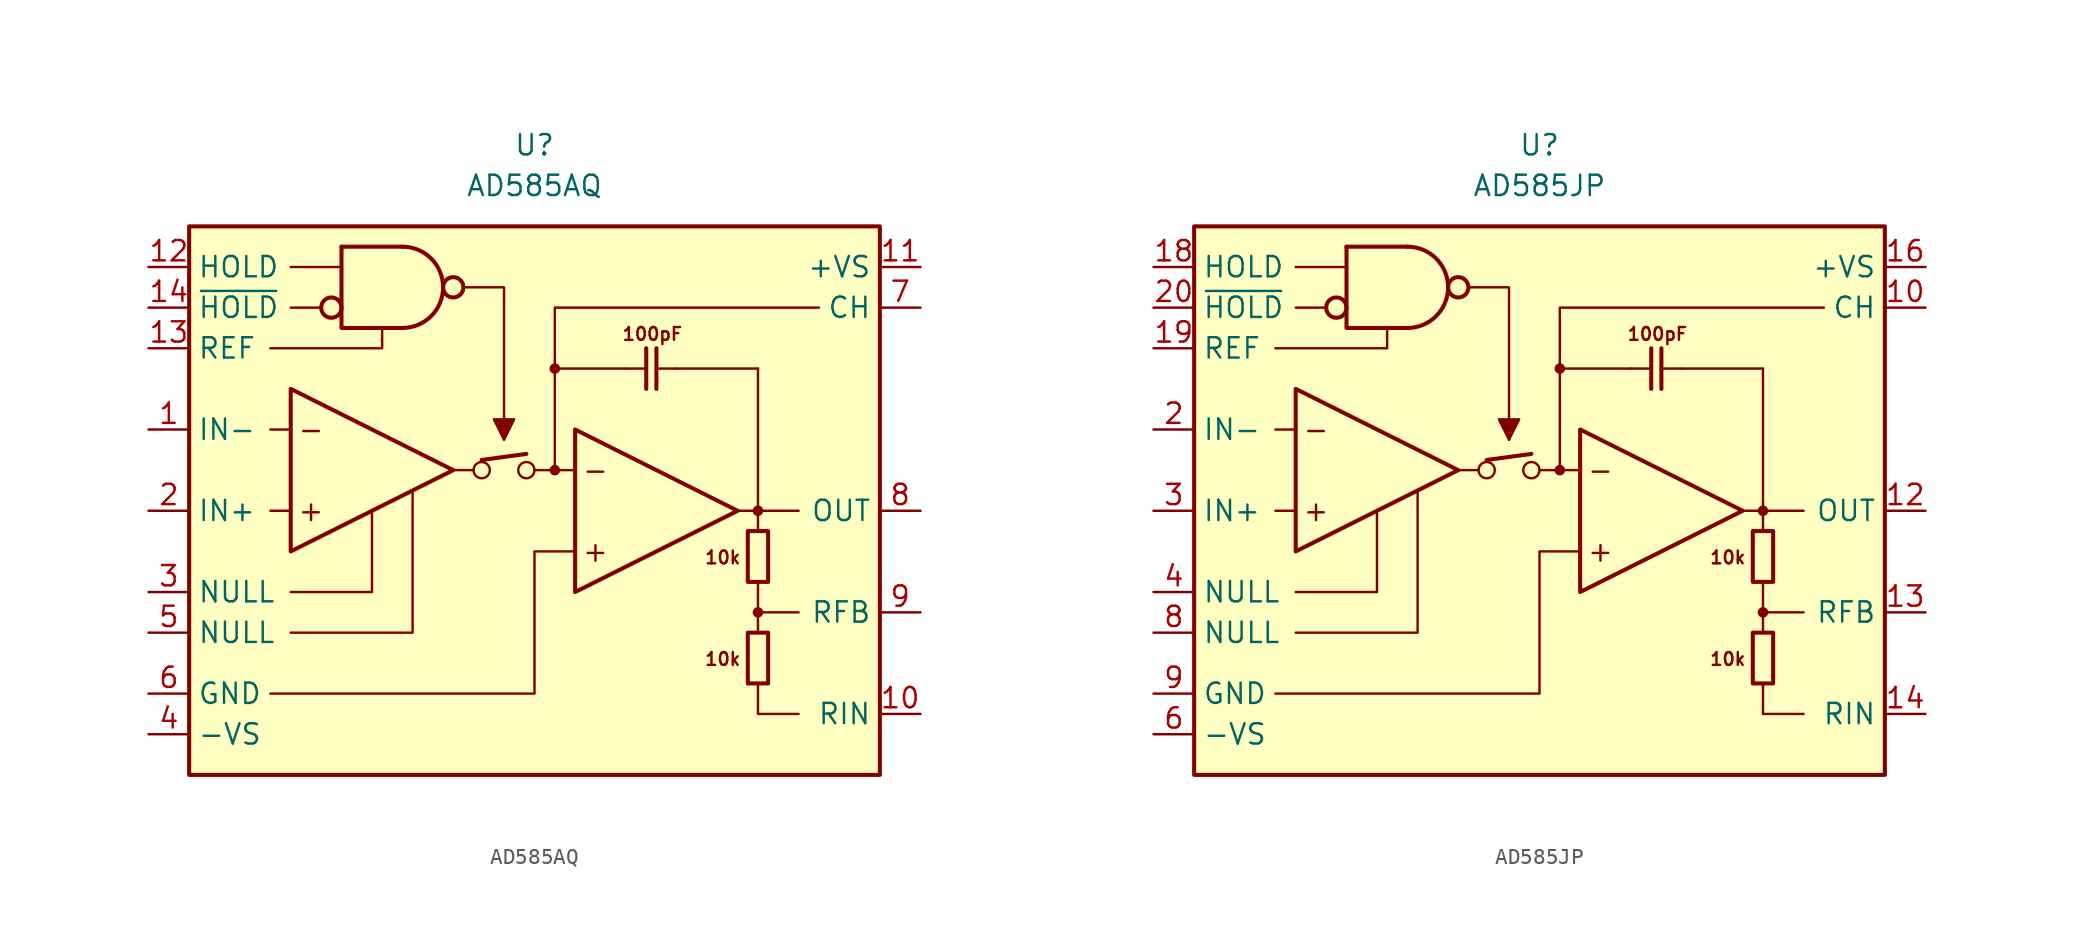
<source format=kicad_sym>
(kicad_symbol_lib
  (version 20211014)
  (generator kicad_symbol_editor)
  (symbol "AD585AQ"
    (property "Reference" "U"
      (at 0 22.86 0)
      (effects (font (size 1.27 1.27))))
    (property "Value" "AD585AQ"
      (at 0 20.32 0)
      (effects (font (size 1.27 1.27))))
    (symbol "AD585AQ_0_0"
      (rectangle (start -21.59 17.78) (end 21.59 -16.51) (stroke (width 0.254) (type default) (color 0 0 0 0)) (fill (type background)))
      (circle (center -3.302 2.54) (radius 0.508) (stroke (width 0) (type default) (color 0 0 0 0)) (fill (type none)))
      (circle (center -0.508 2.54) (radius 0.508) (stroke (width 0) (type default) (color 0 0 0 0)) (fill (type none)))
      (polyline (pts (xy -15.24 0) (xy -16.51 0)) (stroke (width 0.152) (type default) (color 0 0 0 0)) (fill (type none)))
      (polyline (pts (xy -15.24 5.08) (xy -16.51 5.08)) (stroke (width 0.152) (type default) (color 0 0 0 0)) (fill (type none)))
      (polyline (pts (xy -13.335 12.7) (xy -15.24 12.7)) (stroke (width 0.152) (type default) (color 0 0 0 0)) (fill (type none)))
      (polyline (pts (xy -12.065 15.24) (xy -15.24 15.24)) (stroke (width 0.152) (type default) (color 0 0 0 0)) (fill (type none)))
      (polyline (pts (xy -3.81 2.54) (xy -5.08 2.54)) (stroke (width 0.152) (type default) (color 0 0 0 0)) (fill (type none)))
      (polyline (pts (xy -3.302 3.175) (xy -0.508 3.556)) (stroke (width 0.254) (type default) (color 0 0 0 0)) (fill (type none)))
      (polyline (pts (xy -1.905 5.08) (xy -1.905 4.445)) (stroke (width 0.152) (type default) (color 0 0 0 0)) (fill (type none)))
      (polyline (pts (xy 1.27 2.54) (xy 1.27 8.89)) (stroke (width 0.152) (type default) (color 0 0 0 0)) (fill (type none)))
      (polyline (pts (xy 1.27 8.89) (xy 5.715 8.89)) (stroke (width 0.152) (type default) (color 0 0 0 0)) (fill (type none)))
      (polyline (pts (xy 2.54 2.54) (xy 0 2.54)) (stroke (width 0.152) (type default) (color 0 0 0 0)) (fill (type none)))
      (polyline (pts (xy 8.89 8.89) (xy 13.97 8.89)) (stroke (width 0.152) (type default) (color 0 0 0 0)) (fill (type none)))
      (polyline (pts (xy 12.7 0) (xy 13.97 0)) (stroke (width 0.152) (type default) (color 0 0 0 0)) (fill (type none)))
      (polyline (pts (xy 13.97 -7.62) (xy 13.97 -4.445)) (stroke (width 0.152) (type default) (color 0 0 0 0)) (fill (type none)))
      (polyline (pts (xy 13.97 -6.35) (xy 16.51 -6.35)) (stroke (width 0.152) (type default) (color 0 0 0 0)) (fill (type none)))
      (polyline (pts (xy 13.97 -1.27) (xy 13.97 0)) (stroke (width 0.152) (type default) (color 0 0 0 0)) (fill (type none)))
      (polyline (pts (xy 13.97 0) (xy 16.51 0)) (stroke (width 0.152) (type default) (color 0 0 0 0)) (fill (type none)))
      (polyline (pts (xy 13.97 8.89) (xy 13.97 0)) (stroke (width 0.152) (type default) (color 0 0 0 0)) (fill (type none)))
      (polyline (pts (xy -15.24 -5.08) (xy -10.16 -5.08) (xy -10.16 0)) (stroke (width 0.152) (type default) (color 0 0 0 0)) (fill (type none)))
      (polyline (pts (xy -9.525 11.43) (xy -9.525 10.16) (xy -16.51 10.16)) (stroke (width 0.152) (type default) (color 0 0 0 0)) (fill (type none)))
      (polyline (pts (xy -7.62 1.27) (xy -7.62 -7.62) (xy -15.24 -7.62)) (stroke (width 0.152) (type default) (color 0 0 0 0)) (fill (type none)))
      (polyline (pts (xy -4.445 13.97) (xy -1.905 13.97) (xy -1.905 5.08)) (stroke (width 0.152) (type default) (color 0 0 0 0)) (fill (type none)))
      (polyline (pts (xy 1.27 8.89) (xy 1.27 12.7) (xy 17.78 12.7)) (stroke (width 0.152) (type default) (color 0 0 0 0)) (fill (type none)))
      (polyline (pts (xy 13.97 -10.795) (xy 13.97 -12.7) (xy 16.51 -12.7)) (stroke (width 0.152) (type default) (color 0 0 0 0)) (fill (type none)))
      (polyline (pts (xy -16.51 -11.43) (xy 0 -11.43) (xy 0 -2.54) (xy 2.54 -2.54)) (stroke (width 0.152) (type default) (color 0 0 0 0)) (fill (type none)))
      (polyline (pts (xy -1.905 4.445) (xy -2.54 5.715) (xy -1.27 5.715) (xy -1.905 4.445)) (stroke (width 0.152) (type default) (color 0 0 0 0)) (fill (type outline)))
      (circle (center 1.27 2.54) (radius 0.254) (stroke (width 0.152) (type default) (color 0 0 0 0)) (fill (type outline)))
      (circle (center 1.27 8.89) (radius 0.254) (stroke (width 0.152) (type default) (color 0 0 0 0)) (fill (type outline)))
      (circle (center 13.97 -6.35) (radius 0.254) (stroke (width 0.152) (type default) (color 0 0 0 0)) (fill (type outline)))
      (circle (center 13.97 0) (radius 0.254) (stroke (width 0.152) (type default) (color 0 0 0 0)) (fill (type outline)))
      (text "+" (at -13.97 0 0) (effects (font (size 1.27 1.27))))
      (text "+" (at 3.81 -2.54 0) (effects (font (size 1.27 1.27))))
      (text "-" (at -13.97 5.08 0) (effects (font (size 1.27 1.27))))
      (text "-" (at 3.81 2.54 0) (effects (font (size 1.27 1.27))))
      (text "100pF" (at 7.366 11.049 0) (effects (font (size 0.8 0.8))))
      (text "10k" (at 12.954 -9.271 0) (effects (font (size 0.8 0.8)) (justify right)))
      (text "10k" (at 12.954 -2.921 0) (effects (font (size 0.8 0.8)) (justify right))))
    (symbol "AD585AQ_0_1"
      (circle (center -12.7 12.7) (radius 0.635) (stroke (width 0.254) (type default) (color 0 0 0 0)) (fill (type none)))
      (arc (start -8.255 11.43) (mid -5.715 13.97) (end -8.255 16.51) (stroke (width 0.254) (type default) (color 0 0 0 0)) (fill (type none)))
      (circle (center -5.08 13.97) (radius 0.635) (stroke (width 0.254) (type default) (color 0 0 0 0)) (fill (type none)))
      (polyline (pts (xy -12.065 16.51) (xy -8.255 16.51)) (stroke (width 0.254) (type default) (color 0 0 0 0)) (fill (type none)))
      (polyline (pts (xy 5.715 8.89) (xy 6.985 8.89)) (stroke (width 0.152) (type default) (color 0 0 0 0)) (fill (type none)))
      (polyline (pts (xy 6.985 7.62) (xy 6.985 10.16)) (stroke (width 0.254) (type default) (color 0 0 0 0)) (fill (type none)))
      (polyline (pts (xy 7.62 10.16) (xy 7.62 7.62)) (stroke (width 0.254) (type default) (color 0 0 0 0)) (fill (type none)))
      (polyline (pts (xy 8.89 8.89) (xy 7.62 8.89)) (stroke (width 0.152) (type default) (color 0 0 0 0)) (fill (type none)))
      (polyline (pts (xy -12.065 16.51) (xy -12.065 11.43) (xy -8.255 11.43)) (stroke (width 0.254) (type default) (color 0 0 0 0)) (fill (type none)))
      (polyline (pts (xy -15.24 7.62) (xy -15.24 -2.54) (xy -5.08 2.54) (xy -15.24 7.62)) (stroke (width 0.254) (type default) (color 0 0 0 0)) (fill (type none)))
      (polyline (pts (xy 2.54 5.08) (xy 2.54 -5.08) (xy 12.7 0) (xy 2.54 5.08)) (stroke (width 0.254) (type default) (color 0 0 0 0)) (fill (type none)))
      (rectangle (start 13.335 -7.62) (end 14.605 -10.795) (stroke (width 0.254) (type default) (color 0 0 0 0)) (fill (type none)))
      (rectangle (start 13.335 -1.27) (end 14.605 -4.445) (stroke (width 0.254) (type default) (color 0 0 0 0)) (fill (type none))))
    (symbol "AD585AQ_1_1"
      (pin input line (at -24.13 5.08 0) (length 2.54) (name "IN-" (effects (font (size 1.27 1.27)))) (number "1" (effects (font (size 1.27 1.27)))))
      (pin passive line (at 24.13 -12.7 180) (length 2.54) (name "RIN" (effects (font (size 1.27 1.27)))) (number "10" (effects (font (size 1.27 1.27)))))
      (pin power_in line (at 24.13 15.24 180) (length 2.54) (name "+VS" (effects (font (size 1.27 1.27)))) (number "11" (effects (font (size 1.27 1.27)))))
      (pin input line (at -24.13 15.24 0) (length 2.54) (name "HOLD" (effects (font (size 1.27 1.27)))) (number "12" (effects (font (size 1.27 1.27)))))
      (pin input line (at -24.13 10.16 0) (length 2.54) (name "REF" (effects (font (size 1.27 1.27)))) (number "13" (effects (font (size 1.27 1.27)))))
      (pin input line (at -24.13 12.7 0) (length 2.54) (name "~{HOLD}" (effects (font (size 1.27 1.27)))) (number "14" (effects (font (size 1.27 1.27)))))
      (pin input line (at -24.13 0 0) (length 2.54) (name "IN+" (effects (font (size 1.27 1.27)))) (number "2" (effects (font (size 1.27 1.27)))))
      (pin passive line (at -24.13 -5.08 0) (length 2.54) (name "NULL" (effects (font (size 1.27 1.27)))) (number "3" (effects (font (size 1.27 1.27)))))
      (pin power_in line (at -24.13 -13.97 0) (length 2.54) (name "-VS" (effects (font (size 1.27 1.27)))) (number "4" (effects (font (size 1.27 1.27)))))
      (pin passive line (at -24.13 -7.62 0) (length 2.54) (name "NULL" (effects (font (size 1.27 1.27)))) (number "5" (effects (font (size 1.27 1.27)))))
      (pin power_in line (at -24.13 -11.43 0) (length 2.54) (name "GND" (effects (font (size 1.27 1.27)))) (number "6" (effects (font (size 1.27 1.27)))))
      (pin passive line (at 24.13 12.7 180) (length 2.54) (name "CH" (effects (font (size 1.27 1.27)))) (number "7" (effects (font (size 1.27 1.27)))))
      (pin output line (at 24.13 0 180) (length 2.54) (name "OUT" (effects (font (size 1.27 1.27)))) (number "8" (effects (font (size 1.27 1.27)))))
      (pin passive line (at 24.13 -6.35 180) (length 2.54) (name "RFB" (effects (font (size 1.27 1.27)))) (number "9" (effects (font (size 1.27 1.27)))))))
  (symbol "AD585JP"
    (property "Reference" "U"
      (at 0 22.86 0)
      (effects (font (size 1.27 1.27))))
    (property "Value" "AD585JP"
      (at 0 20.32 0)
      (effects (font (size 1.27 1.27))))
    (symbol "AD585JP_0_0"
      (rectangle (start -21.59 17.78) (end 21.59 -16.51) (stroke (width 0.254) (type default) (color 0 0 0 0)) (fill (type background)))
      (circle (center -3.302 2.54) (radius 0.508) (stroke (width 0) (type default) (color 0 0 0 0)) (fill (type none)))
      (circle (center -0.508 2.54) (radius 0.508) (stroke (width 0) (type default) (color 0 0 0 0)) (fill (type none)))
      (polyline (pts (xy -15.24 0) (xy -16.51 0)) (stroke (width 0.152) (type default) (color 0 0 0 0)) (fill (type none)))
      (polyline (pts (xy -15.24 5.08) (xy -16.51 5.08)) (stroke (width 0.152) (type default) (color 0 0 0 0)) (fill (type none)))
      (polyline (pts (xy -13.335 12.7) (xy -15.24 12.7)) (stroke (width 0.152) (type default) (color 0 0 0 0)) (fill (type none)))
      (polyline (pts (xy -12.065 15.24) (xy -15.24 15.24)) (stroke (width 0.152) (type default) (color 0 0 0 0)) (fill (type none)))
      (polyline (pts (xy -3.81 2.54) (xy -5.08 2.54)) (stroke (width 0.152) (type default) (color 0 0 0 0)) (fill (type none)))
      (polyline (pts (xy -3.302 3.175) (xy -0.508 3.556)) (stroke (width 0.254) (type default) (color 0 0 0 0)) (fill (type none)))
      (polyline (pts (xy -1.905 5.08) (xy -1.905 4.445)) (stroke (width 0.152) (type default) (color 0 0 0 0)) (fill (type none)))
      (polyline (pts (xy 1.27 2.54) (xy 1.27 8.89)) (stroke (width 0.152) (type default) (color 0 0 0 0)) (fill (type none)))
      (polyline (pts (xy 1.27 8.89) (xy 5.715 8.89)) (stroke (width 0.152) (type default) (color 0 0 0 0)) (fill (type none)))
      (polyline (pts (xy 2.54 2.54) (xy 0 2.54)) (stroke (width 0.152) (type default) (color 0 0 0 0)) (fill (type none)))
      (polyline (pts (xy 8.89 8.89) (xy 13.97 8.89)) (stroke (width 0.152) (type default) (color 0 0 0 0)) (fill (type none)))
      (polyline (pts (xy 12.7 0) (xy 13.97 0)) (stroke (width 0.152) (type default) (color 0 0 0 0)) (fill (type none)))
      (polyline (pts (xy 13.97 -7.62) (xy 13.97 -4.445)) (stroke (width 0.152) (type default) (color 0 0 0 0)) (fill (type none)))
      (polyline (pts (xy 13.97 -6.35) (xy 16.51 -6.35)) (stroke (width 0.152) (type default) (color 0 0 0 0)) (fill (type none)))
      (polyline (pts (xy 13.97 -1.27) (xy 13.97 0)) (stroke (width 0.152) (type default) (color 0 0 0 0)) (fill (type none)))
      (polyline (pts (xy 13.97 0) (xy 16.51 0)) (stroke (width 0.152) (type default) (color 0 0 0 0)) (fill (type none)))
      (polyline (pts (xy 13.97 8.89) (xy 13.97 0)) (stroke (width 0.152) (type default) (color 0 0 0 0)) (fill (type none)))
      (polyline (pts (xy -15.24 -5.08) (xy -10.16 -5.08) (xy -10.16 0)) (stroke (width 0.152) (type default) (color 0 0 0 0)) (fill (type none)))
      (polyline (pts (xy -9.525 11.43) (xy -9.525 10.16) (xy -16.51 10.16)) (stroke (width 0.152) (type default) (color 0 0 0 0)) (fill (type none)))
      (polyline (pts (xy -7.62 1.27) (xy -7.62 -7.62) (xy -15.24 -7.62)) (stroke (width 0.152) (type default) (color 0 0 0 0)) (fill (type none)))
      (polyline (pts (xy -4.445 13.97) (xy -1.905 13.97) (xy -1.905 5.08)) (stroke (width 0.152) (type default) (color 0 0 0 0)) (fill (type none)))
      (polyline (pts (xy 1.27 8.89) (xy 1.27 12.7) (xy 17.78 12.7)) (stroke (width 0.152) (type default) (color 0 0 0 0)) (fill (type none)))
      (polyline (pts (xy 13.97 -10.795) (xy 13.97 -12.7) (xy 16.51 -12.7)) (stroke (width 0.152) (type default) (color 0 0 0 0)) (fill (type none)))
      (polyline (pts (xy -16.51 -11.43) (xy 0 -11.43) (xy 0 -2.54) (xy 2.54 -2.54)) (stroke (width 0.152) (type default) (color 0 0 0 0)) (fill (type none)))
      (polyline (pts (xy -1.905 4.445) (xy -2.54 5.715) (xy -1.27 5.715) (xy -1.905 4.445)) (stroke (width 0.152) (type default) (color 0 0 0 0)) (fill (type outline)))
      (circle (center 1.27 2.54) (radius 0.254) (stroke (width 0.152) (type default) (color 0 0 0 0)) (fill (type outline)))
      (circle (center 1.27 8.89) (radius 0.254) (stroke (width 0.152) (type default) (color 0 0 0 0)) (fill (type outline)))
      (circle (center 13.97 -6.35) (radius 0.254) (stroke (width 0.152) (type default) (color 0 0 0 0)) (fill (type outline)))
      (circle (center 13.97 0) (radius 0.254) (stroke (width 0.152) (type default) (color 0 0 0 0)) (fill (type outline)))
      (text "+" (at -13.97 0 0) (effects (font (size 1.27 1.27))))
      (text "+" (at 3.81 -2.54 0) (effects (font (size 1.27 1.27))))
      (text "-" (at -13.97 5.08 0) (effects (font (size 1.27 1.27))))
      (text "-" (at 3.81 2.54 0) (effects (font (size 1.27 1.27))))
      (text "100pF" (at 7.366 11.049 0) (effects (font (size 0.8 0.8))))
      (text "10k" (at 12.954 -9.271 0) (effects (font (size 0.8 0.8)) (justify right)))
      (text "10k" (at 12.954 -2.921 0) (effects (font (size 0.8 0.8)) (justify right))))
    (symbol "AD585JP_0_1"
      (circle (center -12.7 12.7) (radius 0.635) (stroke (width 0.254) (type default) (color 0 0 0 0)) (fill (type none)))
      (arc (start -8.255 11.43) (mid -5.715 13.97) (end -8.255 16.51) (stroke (width 0.254) (type default) (color 0 0 0 0)) (fill (type none)))
      (circle (center -5.08 13.97) (radius 0.635) (stroke (width 0.254) (type default) (color 0 0 0 0)) (fill (type none)))
      (polyline (pts (xy -12.065 16.51) (xy -8.255 16.51)) (stroke (width 0.254) (type default) (color 0 0 0 0)) (fill (type none)))
      (polyline (pts (xy 5.715 8.89) (xy 6.985 8.89)) (stroke (width 0.152) (type default) (color 0 0 0 0)) (fill (type none)))
      (polyline (pts (xy 6.985 7.62) (xy 6.985 10.16)) (stroke (width 0.254) (type default) (color 0 0 0 0)) (fill (type none)))
      (polyline (pts (xy 7.62 10.16) (xy 7.62 7.62)) (stroke (width 0.254) (type default) (color 0 0 0 0)) (fill (type none)))
      (polyline (pts (xy 8.89 8.89) (xy 7.62 8.89)) (stroke (width 0.152) (type default) (color 0 0 0 0)) (fill (type none)))
      (polyline (pts (xy -12.065 16.51) (xy -12.065 11.43) (xy -8.255 11.43)) (stroke (width 0.254) (type default) (color 0 0 0 0)) (fill (type none)))
      (polyline (pts (xy -15.24 7.62) (xy -15.24 -2.54) (xy -5.08 2.54) (xy -15.24 7.62)) (stroke (width 0.254) (type default) (color 0 0 0 0)) (fill (type none)))
      (polyline (pts (xy 2.54 5.08) (xy 2.54 -5.08) (xy 12.7 0) (xy 2.54 5.08)) (stroke (width 0.254) (type default) (color 0 0 0 0)) (fill (type none)))
      (rectangle (start 13.335 -7.62) (end 14.605 -10.795) (stroke (width 0.254) (type default) (color 0 0 0 0)) (fill (type none)))
      (rectangle (start 13.335 -1.27) (end 14.605 -4.445) (stroke (width 0.254) (type default) (color 0 0 0 0)) (fill (type none))))
    (symbol "AD585JP_1_1"
      (pin no_connect line (at -1.27 1.27 0) (length 2.54) hide (name "NC" (effects (font (size 1.27 1.27)))) (number "1" (effects (font (size 1.27 1.27)))))
      (pin passive line (at 24.13 12.7 180) (length 2.54) (name "CH" (effects (font (size 1.27 1.27)))) (number "10" (effects (font (size 1.27 1.27)))))
      (pin no_connect line (at -1.27 -6.35 0) (length 2.54) hide (name "NC" (effects (font (size 1.27 1.27)))) (number "11" (effects (font (size 1.27 1.27)))))
      (pin output line (at 24.13 0 180) (length 2.54) (name "OUT" (effects (font (size 1.27 1.27)))) (number "12" (effects (font (size 1.27 1.27)))))
      (pin passive line (at 24.13 -6.35 180) (length 2.54) (name "RFB" (effects (font (size 1.27 1.27)))) (number "13" (effects (font (size 1.27 1.27)))))
      (pin passive line (at 24.13 -12.7 180) (length 2.54) (name "RIN" (effects (font (size 1.27 1.27)))) (number "14" (effects (font (size 1.27 1.27)))))
      (pin no_connect line (at -1.27 -8.89 0) (length 2.54) hide (name "NC" (effects (font (size 1.27 1.27)))) (number "15" (effects (font (size 1.27 1.27)))))
      (pin power_in line (at 24.13 15.24 180) (length 2.54) (name "+VS" (effects (font (size 1.27 1.27)))) (number "16" (effects (font (size 1.27 1.27)))))
      (pin no_connect line (at -1.27 -11.43 0) (length 2.54) hide (name "NC" (effects (font (size 1.27 1.27)))) (number "17" (effects (font (size 1.27 1.27)))))
      (pin input line (at -24.13 15.24 0) (length 2.54) (name "HOLD" (effects (font (size 1.27 1.27)))) (number "18" (effects (font (size 1.27 1.27)))))
      (pin input line (at -24.13 10.16 0) (length 2.54) (name "REF" (effects (font (size 1.27 1.27)))) (number "19" (effects (font (size 1.27 1.27)))))
      (pin input line (at -24.13 5.08 0) (length 2.54) (name "IN-" (effects (font (size 1.27 1.27)))) (number "2" (effects (font (size 1.27 1.27)))))
      (pin input line (at -24.13 12.7 0) (length 2.54) (name "~{HOLD}" (effects (font (size 1.27 1.27)))) (number "20" (effects (font (size 1.27 1.27)))))
      (pin input line (at -24.13 0 0) (length 2.54) (name "IN+" (effects (font (size 1.27 1.27)))) (number "3" (effects (font (size 1.27 1.27)))))
      (pin passive line (at -24.13 -5.08 0) (length 2.54) (name "NULL" (effects (font (size 1.27 1.27)))) (number "4" (effects (font (size 1.27 1.27)))))
      (pin no_connect line (at -1.27 -1.27 0) (length 2.54) hide (name "NC" (effects (font (size 1.27 1.27)))) (number "5" (effects (font (size 1.27 1.27)))))
      (pin power_in line (at -24.13 -13.97 0) (length 2.54) (name "-VS" (effects (font (size 1.27 1.27)))) (number "6" (effects (font (size 1.27 1.27)))))
      (pin no_connect line (at -1.27 -3.81 0) (length 2.54) hide (name "NC" (effects (font (size 1.27 1.27)))) (number "7" (effects (font (size 1.27 1.27)))))
      (pin passive line (at -24.13 -7.62 0) (length 2.54) (name "NULL" (effects (font (size 1.27 1.27)))) (number "8" (effects (font (size 1.27 1.27)))))
      (pin power_in line (at -24.13 -11.43 0) (length 2.54) (name "GND" (effects (font (size 1.27 1.27)))) (number "9" (effects (font (size 1.27 1.27))))))))
</source>
